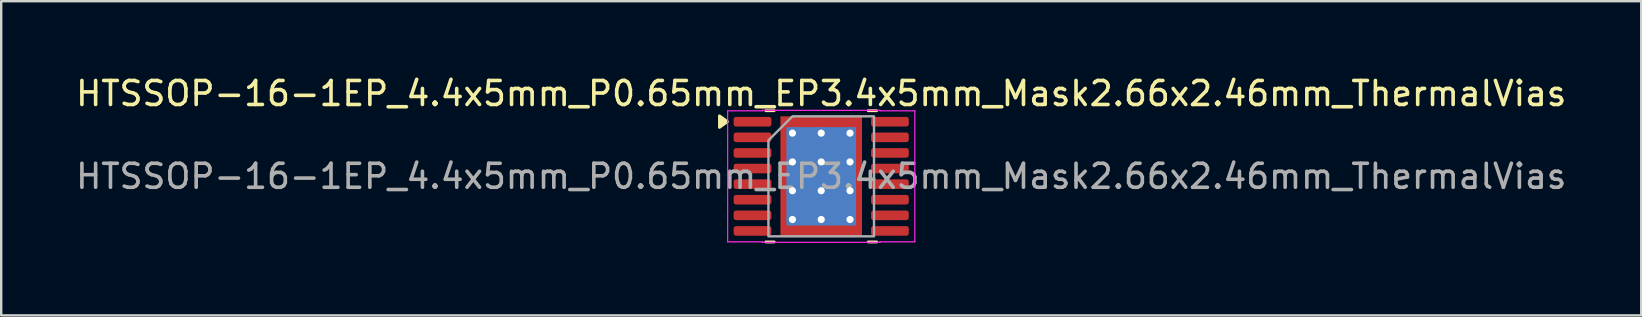
<source format=kicad_pcb>
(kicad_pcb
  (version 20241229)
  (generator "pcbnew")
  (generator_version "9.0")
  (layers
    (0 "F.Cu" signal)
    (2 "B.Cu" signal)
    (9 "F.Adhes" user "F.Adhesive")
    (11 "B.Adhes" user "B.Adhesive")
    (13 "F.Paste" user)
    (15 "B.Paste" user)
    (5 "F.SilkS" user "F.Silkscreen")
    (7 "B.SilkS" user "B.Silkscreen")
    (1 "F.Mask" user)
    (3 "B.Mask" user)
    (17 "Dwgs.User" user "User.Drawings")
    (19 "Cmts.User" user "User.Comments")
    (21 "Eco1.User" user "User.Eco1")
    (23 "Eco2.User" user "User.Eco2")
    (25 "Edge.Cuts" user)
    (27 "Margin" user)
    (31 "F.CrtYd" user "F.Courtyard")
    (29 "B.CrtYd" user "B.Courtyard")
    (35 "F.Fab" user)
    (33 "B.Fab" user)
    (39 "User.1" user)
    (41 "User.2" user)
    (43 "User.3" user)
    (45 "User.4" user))
  (footprint "HTSSOP-16-1EP_4.4x5mm_P0.65mm_EP3.4x5mm_Mask2.66x2.46mm_ThermalVias"
    (layer "F.Cu")
    (at 31.173 4.298)
    (property "Reference" "HTSSOP-16-1EP_4.4x5mm_P0.65mm_EP3.4x5mm_Mask2.66x2.46mm_ThermalVias" (at 0 -3.45 0) (layer "F.SilkS") (effects (font (size 1 1) (thickness 0.15))))
    (attr smd)
    (fp_line (start -2.31 -2.735) (end -1.96 -2.735) (stroke (width 0.12) (type solid)) (layer "F.SilkS"))
    (fp_line (start -1.96 2.735) (end -2.31 2.735) (stroke (width 0.12) (type solid)) (layer "F.SilkS"))
    (fp_line (start 1.96 -2.735) (end 2.31 -2.735) (stroke (width 0.12) (type solid)) (layer "F.SilkS"))
    (fp_line (start 2.31 2.735) (end 1.96 2.735) (stroke (width 0.12) (type solid)) (layer "F.SilkS"))
    (fp_poly (pts (xy -3.91 -2.28) (xy -4.24 -2.04) (xy -4.24 -2.52)) (stroke (width 0.12) (type solid)) (fill yes) (layer "F.SilkS"))
    (fp_line (start -3.9 -2.73) (end -2.45 -2.73) (stroke (width 0.05) (type solid)) (layer "F.CrtYd"))
    (fp_line (start -3.9 2.73) (end -3.9 -2.73) (stroke (width 0.05) (type solid)) (layer "F.CrtYd"))
    (fp_line (start -2.45 -2.75) (end 2.45 -2.75) (stroke (width 0.05) (type solid)) (layer "F.CrtYd"))
    (fp_line (start -2.45 -2.73) (end -2.45 -2.75) (stroke (width 0.05) (type solid)) (layer "F.CrtYd"))
    (fp_line (start -2.45 2.73) (end -3.9 2.73) (stroke (width 0.05) (type solid)) (layer "F.CrtYd"))
    (fp_line (start -2.45 2.75) (end -2.45 2.73) (stroke (width 0.05) (type solid)) (layer "F.CrtYd"))
    (fp_line (start 2.45 -2.75) (end 2.45 -2.73) (stroke (width 0.05) (type solid)) (layer "F.CrtYd"))
    (fp_line (start 2.45 -2.73) (end 3.9 -2.73) (stroke (width 0.05) (type solid)) (layer "F.CrtYd"))
    (fp_line (start 2.45 2.73) (end 2.45 2.75) (stroke (width 0.05) (type solid)) (layer "F.CrtYd"))
    (fp_line (start 2.45 2.75) (end -2.45 2.75) (stroke (width 0.05) (type solid)) (layer "F.CrtYd"))
    (fp_line (start 3.9 -2.73) (end 3.9 2.73) (stroke (width 0.05) (type solid)) (layer "F.CrtYd"))
    (fp_line (start 3.9 2.73) (end 2.45 2.73) (stroke (width 0.05) (type solid)) (layer "F.CrtYd"))
    (fp_poly (pts (xy -2.2 -1.5) (xy -2.2 2.5) (xy 2.2 2.5) (xy 2.2 -2.5) (xy -1.2 -2.5)) (stroke (width 0.1) (type solid)) (fill no) (layer "F.Fab"))
    (fp_text user "${REFERENCE}" (at 0 0 0) (layer "F.Fab") (effects (font (size 1 1) (thickness 0.15))))
    (pad "" smd roundrect (at 0 -0.615) (size 2.14 0.99) (layers "F.Paste") (roundrect_rratio 0.25))
    (pad "" smd rect (at 0 0) (size 2.66 2.46) (layers "F.Mask"))
    (pad "" smd roundrect (at 0 0.615) (size 2.14 0.99) (layers "F.Paste") (roundrect_rratio 0.25))
    (pad "1" smd roundrect (at -2.862 -2.275) (size 1.575 0.4) (layers "F.Cu" "F.Mask" "F.Paste") (roundrect_rratio 0.25))
    (pad "2" smd roundrect (at -2.862 -1.625) (size 1.575 0.4) (layers "F.Cu" "F.Mask" "F.Paste") (roundrect_rratio 0.25))
    (pad "3" smd roundrect (at -2.862 -0.975) (size 1.575 0.4) (layers "F.Cu" "F.Mask" "F.Paste") (roundrect_rratio 0.25))
    (pad "4" smd roundrect (at -2.862 -0.325) (size 1.575 0.4) (layers "F.Cu" "F.Mask" "F.Paste") (roundrect_rratio 0.25))
    (pad "5" smd roundrect (at -2.862 0.325) (size 1.575 0.4) (layers "F.Cu" "F.Mask" "F.Paste") (roundrect_rratio 0.25))
    (pad "6" smd roundrect (at -2.862 0.975) (size 1.575 0.4) (layers "F.Cu" "F.Mask" "F.Paste") (roundrect_rratio 0.25))
    (pad "7" smd roundrect (at -2.862 1.625) (size 1.575 0.4) (layers "F.Cu" "F.Mask" "F.Paste") (roundrect_rratio 0.25))
    (pad "8" smd roundrect (at -2.862 2.275) (size 1.575 0.4) (layers "F.Cu" "F.Mask" "F.Paste") (roundrect_rratio 0.25))
    (pad "9" smd roundrect (at 2.862 2.275) (size 1.575 0.4) (layers "F.Cu" "F.Mask" "F.Paste") (roundrect_rratio 0.25))
    (pad "10" smd roundrect (at 2.862 1.625) (size 1.575 0.4) (layers "F.Cu" "F.Mask" "F.Paste") (roundrect_rratio 0.25))
    (pad "11" smd roundrect (at 2.862 0.975) (size 1.575 0.4) (layers "F.Cu" "F.Mask" "F.Paste") (roundrect_rratio 0.25))
    (pad "12" smd roundrect (at 2.862 0.325) (size 1.575 0.4) (layers "F.Cu" "F.Mask" "F.Paste") (roundrect_rratio 0.25))
    (pad "13" smd roundrect (at 2.862 -0.325) (size 1.575 0.4) (layers "F.Cu" "F.Mask" "F.Paste") (roundrect_rratio 0.25))
    (pad "14" smd roundrect (at 2.862 -0.975) (size 1.575 0.4) (layers "F.Cu" "F.Mask" "F.Paste") (roundrect_rratio 0.25))
    (pad "15" smd roundrect (at 2.862 -1.625) (size 1.575 0.4) (layers "F.Cu" "F.Mask" "F.Paste") (roundrect_rratio 0.25))
    (pad "16" smd roundrect (at 2.862 -2.275) (size 1.575 0.4) (layers "F.Cu" "F.Mask" "F.Paste") (roundrect_rratio 0.25))
    (pad "17" thru_hole circle (at -1.2 -1.8) (size 0.5 0.5) (drill 0.3) (property pad_prop_heatsink) (layers "*.Cu"))
    (pad "17" thru_hole circle (at -1.2 -0.6) (size 0.5 0.5) (drill 0.3) (property pad_prop_heatsink) (layers "*.Cu"))
    (pad "17" thru_hole circle (at -1.2 0.6) (size 0.5 0.5) (drill 0.3) (property pad_prop_heatsink) (layers "*.Cu"))
    (pad "17" thru_hole circle (at -1.2 1.8) (size 0.5 0.5) (drill 0.3) (property pad_prop_heatsink) (layers "*.Cu"))
    (pad "17" thru_hole circle (at 0 -1.8) (size 0.5 0.5) (drill 0.3) (property pad_prop_heatsink) (layers "*.Cu"))
    (pad "17" thru_hole circle (at 0 -0.6) (size 0.5 0.5) (drill 0.3) (property pad_prop_heatsink) (layers "*.Cu"))
    (pad "17" smd rect (at 0 0) (size 2.9 4.1) (property pad_prop_heatsink) (layers "B.Cu"))
    (pad "17" smd rect (at 0 0) (size 3.4 5) (property pad_prop_heatsink) (layers "F.Cu"))
    (pad "17" thru_hole circle (at 0 0.6) (size 0.5 0.5) (drill 0.3) (property pad_prop_heatsink) (layers "*.Cu"))
    (pad "17" thru_hole circle (at 0 1.8) (size 0.5 0.5) (drill 0.3) (property pad_prop_heatsink) (layers "*.Cu"))
    (pad "17" thru_hole circle (at 1.2 -1.8) (size 0.5 0.5) (drill 0.3) (property pad_prop_heatsink) (layers "*.Cu"))
    (pad "17" thru_hole circle (at 1.2 -0.6) (size 0.5 0.5) (drill 0.3) (property pad_prop_heatsink) (layers "*.Cu"))
    (pad "17" thru_hole circle (at 1.2 0.6) (size 0.5 0.5) (drill 0.3) (property pad_prop_heatsink) (layers "*.Cu"))
    (pad "17" thru_hole circle (at 1.2 1.8) (size 0.5 0.5) (drill 0.3) (property pad_prop_heatsink) (layers "*.Cu")))
  (gr_rect
    (start -3 -3)
    (end 65.345 10.093)
    (stroke (width 0.1) (type default))
    (fill no)
    (layer "Edge.Cuts")))
</source>
